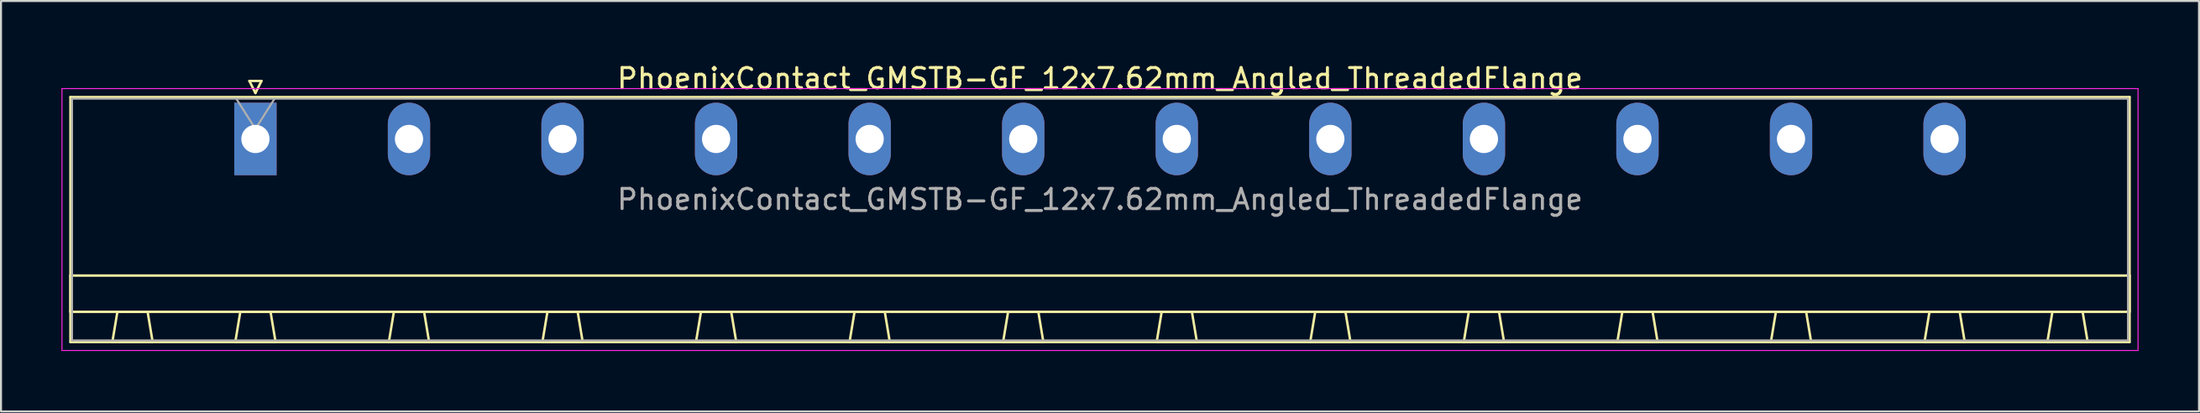
<source format=kicad_pcb>
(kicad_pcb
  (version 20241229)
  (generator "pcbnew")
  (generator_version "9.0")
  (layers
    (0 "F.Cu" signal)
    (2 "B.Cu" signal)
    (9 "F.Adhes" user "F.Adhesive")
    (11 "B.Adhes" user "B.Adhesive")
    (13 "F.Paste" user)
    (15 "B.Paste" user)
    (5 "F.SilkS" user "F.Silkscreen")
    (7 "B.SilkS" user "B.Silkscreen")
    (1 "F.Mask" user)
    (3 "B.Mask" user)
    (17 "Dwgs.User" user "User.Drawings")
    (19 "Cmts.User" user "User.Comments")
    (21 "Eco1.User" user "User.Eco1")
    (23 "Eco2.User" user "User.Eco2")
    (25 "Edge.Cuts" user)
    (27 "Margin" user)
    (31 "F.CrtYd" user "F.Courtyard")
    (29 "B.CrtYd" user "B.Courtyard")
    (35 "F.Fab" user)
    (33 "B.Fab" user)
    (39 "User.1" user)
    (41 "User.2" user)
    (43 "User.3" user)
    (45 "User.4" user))
  (footprint "PhoenixContact_GMSTB-GF_12x7.62mm_Angled_ThreadedFlange"
    (layer "F.Cu")
    (at 9.625 3.848)
    (property "Reference" "PhoenixContact_GMSTB-GF_12x7.62mm_Angled_ThreadedFlange" (at 41.91 -3 0) (layer "F.SilkS") (effects (font (size 1 1) (thickness 0.15))))
    (attr through_hole)
    (fp_line (start -9.18 -2.08) (end -9.18 10.08) (stroke (width 0.12) (type solid)) (layer "F.SilkS"))
    (fp_line (start -9.18 6.78) (end 93 6.78) (stroke (width 0.12) (type solid)) (layer "F.SilkS"))
    (fp_line (start -9.18 8.58) (end -9.18 6.78) (stroke (width 0.12) (type solid)) (layer "F.SilkS"))
    (fp_line (start -9.18 10.08) (end 93 10.08) (stroke (width 0.12) (type solid)) (layer "F.SilkS"))
    (fp_line (start -7.1 10.08) (end -5.1 10.08) (stroke (width 0.12) (type solid)) (layer "F.SilkS"))
    (fp_line (start -6.85 8.58) (end -7.1 10.08) (stroke (width 0.12) (type solid)) (layer "F.SilkS"))
    (fp_line (start -5.35 8.58) (end -6.85 8.58) (stroke (width 0.12) (type solid)) (layer "F.SilkS"))
    (fp_line (start -5.1 10.08) (end -5.35 8.58) (stroke (width 0.12) (type solid)) (layer "F.SilkS"))
    (fp_line (start -1 10.08) (end 1 10.08) (stroke (width 0.12) (type solid)) (layer "F.SilkS"))
    (fp_line (start -0.75 8.58) (end -1 10.08) (stroke (width 0.12) (type solid)) (layer "F.SilkS"))
    (fp_line (start -0.3 -2.88) (end 0.3 -2.88) (stroke (width 0.12) (type solid)) (layer "F.SilkS"))
    (fp_line (start 0 -2.28) (end -0.3 -2.88) (stroke (width 0.12) (type solid)) (layer "F.SilkS"))
    (fp_line (start 0.3 -2.88) (end 0 -2.28) (stroke (width 0.12) (type solid)) (layer "F.SilkS"))
    (fp_line (start 0.75 8.58) (end -0.75 8.58) (stroke (width 0.12) (type solid)) (layer "F.SilkS"))
    (fp_line (start 1 10.08) (end 0.75 8.58) (stroke (width 0.12) (type solid)) (layer "F.SilkS"))
    (fp_line (start 6.62 10.08) (end 8.62 10.08) (stroke (width 0.12) (type solid)) (layer "F.SilkS"))
    (fp_line (start 6.87 8.58) (end 6.62 10.08) (stroke (width 0.12) (type solid)) (layer "F.SilkS"))
    (fp_line (start 8.37 8.58) (end 6.87 8.58) (stroke (width 0.12) (type solid)) (layer "F.SilkS"))
    (fp_line (start 8.62 10.08) (end 8.37 8.58) (stroke (width 0.12) (type solid)) (layer "F.SilkS"))
    (fp_line (start 14.24 10.08) (end 16.24 10.08) (stroke (width 0.12) (type solid)) (layer "F.SilkS"))
    (fp_line (start 14.49 8.58) (end 14.24 10.08) (stroke (width 0.12) (type solid)) (layer "F.SilkS"))
    (fp_line (start 15.99 8.58) (end 14.49 8.58) (stroke (width 0.12) (type solid)) (layer "F.SilkS"))
    (fp_line (start 16.24 10.08) (end 15.99 8.58) (stroke (width 0.12) (type solid)) (layer "F.SilkS"))
    (fp_line (start 21.86 10.08) (end 23.86 10.08) (stroke (width 0.12) (type solid)) (layer "F.SilkS"))
    (fp_line (start 22.11 8.58) (end 21.86 10.08) (stroke (width 0.12) (type solid)) (layer "F.SilkS"))
    (fp_line (start 23.61 8.58) (end 22.11 8.58) (stroke (width 0.12) (type solid)) (layer "F.SilkS"))
    (fp_line (start 23.86 10.08) (end 23.61 8.58) (stroke (width 0.12) (type solid)) (layer "F.SilkS"))
    (fp_line (start 29.48 10.08) (end 31.48 10.08) (stroke (width 0.12) (type solid)) (layer "F.SilkS"))
    (fp_line (start 29.73 8.58) (end 29.48 10.08) (stroke (width 0.12) (type solid)) (layer "F.SilkS"))
    (fp_line (start 31.23 8.58) (end 29.73 8.58) (stroke (width 0.12) (type solid)) (layer "F.SilkS"))
    (fp_line (start 31.48 10.08) (end 31.23 8.58) (stroke (width 0.12) (type solid)) (layer "F.SilkS"))
    (fp_line (start 37.1 10.08) (end 39.1 10.08) (stroke (width 0.12) (type solid)) (layer "F.SilkS"))
    (fp_line (start 37.35 8.58) (end 37.1 10.08) (stroke (width 0.12) (type solid)) (layer "F.SilkS"))
    (fp_line (start 38.85 8.58) (end 37.35 8.58) (stroke (width 0.12) (type solid)) (layer "F.SilkS"))
    (fp_line (start 39.1 10.08) (end 38.85 8.58) (stroke (width 0.12) (type solid)) (layer "F.SilkS"))
    (fp_line (start 44.72 10.08) (end 46.72 10.08) (stroke (width 0.12) (type solid)) (layer "F.SilkS"))
    (fp_line (start 44.97 8.58) (end 44.72 10.08) (stroke (width 0.12) (type solid)) (layer "F.SilkS"))
    (fp_line (start 46.47 8.58) (end 44.97 8.58) (stroke (width 0.12) (type solid)) (layer "F.SilkS"))
    (fp_line (start 46.72 10.08) (end 46.47 8.58) (stroke (width 0.12) (type solid)) (layer "F.SilkS"))
    (fp_line (start 52.34 10.08) (end 54.34 10.08) (stroke (width 0.12) (type solid)) (layer "F.SilkS"))
    (fp_line (start 52.59 8.58) (end 52.34 10.08) (stroke (width 0.12) (type solid)) (layer "F.SilkS"))
    (fp_line (start 54.09 8.58) (end 52.59 8.58) (stroke (width 0.12) (type solid)) (layer "F.SilkS"))
    (fp_line (start 54.34 10.08) (end 54.09 8.58) (stroke (width 0.12) (type solid)) (layer "F.SilkS"))
    (fp_line (start 59.96 10.08) (end 61.96 10.08) (stroke (width 0.12) (type solid)) (layer "F.SilkS"))
    (fp_line (start 60.21 8.58) (end 59.96 10.08) (stroke (width 0.12) (type solid)) (layer "F.SilkS"))
    (fp_line (start 61.71 8.58) (end 60.21 8.58) (stroke (width 0.12) (type solid)) (layer "F.SilkS"))
    (fp_line (start 61.96 10.08) (end 61.71 8.58) (stroke (width 0.12) (type solid)) (layer "F.SilkS"))
    (fp_line (start 67.58 10.08) (end 69.58 10.08) (stroke (width 0.12) (type solid)) (layer "F.SilkS"))
    (fp_line (start 67.83 8.58) (end 67.58 10.08) (stroke (width 0.12) (type solid)) (layer "F.SilkS"))
    (fp_line (start 69.33 8.58) (end 67.83 8.58) (stroke (width 0.12) (type solid)) (layer "F.SilkS"))
    (fp_line (start 69.58 10.08) (end 69.33 8.58) (stroke (width 0.12) (type solid)) (layer "F.SilkS"))
    (fp_line (start 75.2 10.08) (end 77.2 10.08) (stroke (width 0.12) (type solid)) (layer "F.SilkS"))
    (fp_line (start 75.45 8.58) (end 75.2 10.08) (stroke (width 0.12) (type solid)) (layer "F.SilkS"))
    (fp_line (start 76.95 8.58) (end 75.45 8.58) (stroke (width 0.12) (type solid)) (layer "F.SilkS"))
    (fp_line (start 77.2 10.08) (end 76.95 8.58) (stroke (width 0.12) (type solid)) (layer "F.SilkS"))
    (fp_line (start 82.82 10.08) (end 84.82 10.08) (stroke (width 0.12) (type solid)) (layer "F.SilkS"))
    (fp_line (start 83.07 8.58) (end 82.82 10.08) (stroke (width 0.12) (type solid)) (layer "F.SilkS"))
    (fp_line (start 84.57 8.58) (end 83.07 8.58) (stroke (width 0.12) (type solid)) (layer "F.SilkS"))
    (fp_line (start 84.82 10.08) (end 84.57 8.58) (stroke (width 0.12) (type solid)) (layer "F.SilkS"))
    (fp_line (start 88.92 10.08) (end 90.92 10.08) (stroke (width 0.12) (type solid)) (layer "F.SilkS"))
    (fp_line (start 89.17 8.58) (end 88.92 10.08) (stroke (width 0.12) (type solid)) (layer "F.SilkS"))
    (fp_line (start 90.67 8.58) (end 89.17 8.58) (stroke (width 0.12) (type solid)) (layer "F.SilkS"))
    (fp_line (start 90.92 10.08) (end 90.67 8.58) (stroke (width 0.12) (type solid)) (layer "F.SilkS"))
    (fp_line (start 93 -2.08) (end -9.18 -2.08) (stroke (width 0.12) (type solid)) (layer "F.SilkS"))
    (fp_line (start 93 6.78) (end 93 8.58) (stroke (width 0.12) (type solid)) (layer "F.SilkS"))
    (fp_line (start 93 8.58) (end -9.18 8.58) (stroke (width 0.12) (type solid)) (layer "F.SilkS"))
    (fp_line (start 93 10.08) (end 93 -2.08) (stroke (width 0.12) (type solid)) (layer "F.SilkS"))
    (fp_line (start -9.6 -2.5) (end -9.6 10.5) (stroke (width 0.05) (type solid)) (layer "F.CrtYd"))
    (fp_line (start -9.6 10.5) (end 93.42 10.5) (stroke (width 0.05) (type solid)) (layer "F.CrtYd"))
    (fp_line (start 93.42 -2.5) (end -9.6 -2.5) (stroke (width 0.05) (type solid)) (layer "F.CrtYd"))
    (fp_line (start 93.42 10.5) (end 93.42 -2.5) (stroke (width 0.05) (type solid)) (layer "F.CrtYd"))
    (fp_line (start -9.1 -2) (end -9.1 10) (stroke (width 0.1) (type solid)) (layer "F.Fab"))
    (fp_line (start -9.1 10) (end 92.92 10) (stroke (width 0.1) (type solid)) (layer "F.Fab"))
    (fp_line (start 0 -0.5) (end -0.95 -2) (stroke (width 0.1) (type solid)) (layer "F.Fab"))
    (fp_line (start 0.95 -2) (end 0 -0.5) (stroke (width 0.1) (type solid)) (layer "F.Fab"))
    (fp_line (start 92.92 -2) (end -9.1 -2) (stroke (width 0.1) (type solid)) (layer "F.Fab"))
    (fp_line (start 92.92 10) (end 92.92 -2) (stroke (width 0.1) (type solid)) (layer "F.Fab"))
    (fp_text user "${REFERENCE}" (at 41.91 3 0) (layer "F.Fab") (effects (font (size 1 1) (thickness 0.15))))
    (pad "1" thru_hole rect (at 0 0) (size 2.1 3.6) (drill 1.4) (layers "*.Cu" "*.Mask"))
    (pad "2" thru_hole oval (at 7.62 0) (size 2.1 3.6) (drill 1.4) (layers "*.Cu" "*.Mask"))
    (pad "3" thru_hole oval (at 15.24 0) (size 2.1 3.6) (drill 1.4) (layers "*.Cu" "*.Mask"))
    (pad "4" thru_hole oval (at 22.86 0) (size 2.1 3.6) (drill 1.4) (layers "*.Cu" "*.Mask"))
    (pad "5" thru_hole oval (at 30.48 0) (size 2.1 3.6) (drill 1.4) (layers "*.Cu" "*.Mask"))
    (pad "6" thru_hole oval (at 38.1 0) (size 2.1 3.6) (drill 1.4) (layers "*.Cu" "*.Mask"))
    (pad "7" thru_hole oval (at 45.72 0) (size 2.1 3.6) (drill 1.4) (layers "*.Cu" "*.Mask"))
    (pad "8" thru_hole oval (at 53.34 0) (size 2.1 3.6) (drill 1.4) (layers "*.Cu" "*.Mask"))
    (pad "9" thru_hole oval (at 60.96 0) (size 2.1 3.6) (drill 1.4) (layers "*.Cu" "*.Mask"))
    (pad "10" thru_hole oval (at 68.58 0) (size 2.1 3.6) (drill 1.4) (layers "*.Cu" "*.Mask"))
    (pad "11" thru_hole oval (at 76.2 0) (size 2.1 3.6) (drill 1.4) (layers "*.Cu" "*.Mask"))
    (pad "12" thru_hole oval (at 83.82 0) (size 2.1 3.6) (drill 1.4) (layers "*.Cu" "*.Mask")))
  (gr_rect
    (start -3 -3)
    (end 106.07 17.373)
    (stroke (width 0.1) (type default))
    (fill no)
    (layer "Edge.Cuts")))
</source>
